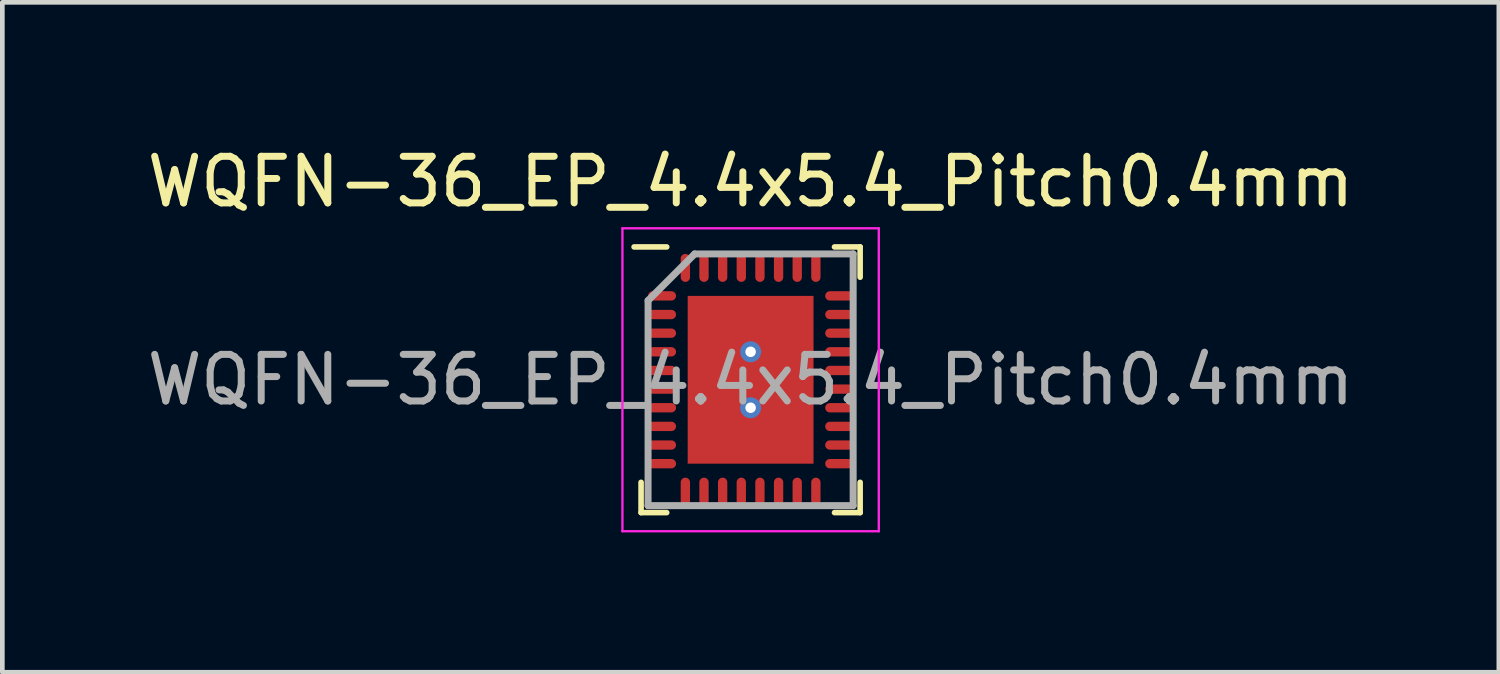
<source format=kicad_pcb>
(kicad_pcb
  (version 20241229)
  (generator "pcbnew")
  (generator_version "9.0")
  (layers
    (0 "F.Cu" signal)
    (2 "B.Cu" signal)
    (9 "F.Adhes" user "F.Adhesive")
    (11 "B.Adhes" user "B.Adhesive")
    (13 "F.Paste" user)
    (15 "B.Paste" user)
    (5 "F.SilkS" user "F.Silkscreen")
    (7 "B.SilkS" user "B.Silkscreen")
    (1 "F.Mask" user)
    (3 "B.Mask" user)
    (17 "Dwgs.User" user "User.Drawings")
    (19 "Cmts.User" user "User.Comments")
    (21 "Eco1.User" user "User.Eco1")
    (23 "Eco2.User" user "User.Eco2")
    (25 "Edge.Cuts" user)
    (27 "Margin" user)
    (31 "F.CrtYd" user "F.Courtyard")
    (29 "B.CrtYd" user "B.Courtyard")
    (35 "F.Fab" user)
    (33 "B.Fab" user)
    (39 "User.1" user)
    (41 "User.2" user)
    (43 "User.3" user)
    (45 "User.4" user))
  (footprint "WQFN-36_EP_4.4x5.4_Pitch0.4mm"
    (layer "F.Cu")
    (at 13.054 5.098)
    (property "Reference" "WQFN-36_EP_4.4x5.4_Pitch0.4mm" (at 0 -4.25 0) (layer "F.SilkS") (effects (font (size 1 1) (thickness 0.15))))
    (attr smd)
    (fp_line (start -2.35 2.85) (end -2.35 2.2) (stroke (width 0.12) (type default)) (layer "F.SilkS"))
    (fp_line (start -1.8 -2.85) (end -2.5 -2.85) (stroke (width 0.12) (type default)) (layer "F.SilkS"))
    (fp_line (start -1.8 2.85) (end -2.35 2.85) (stroke (width 0.12) (type default)) (layer "F.SilkS"))
    (fp_line (start 1.8 -2.85) (end 2.35 -2.85) (stroke (width 0.12) (type default)) (layer "F.SilkS"))
    (fp_line (start 1.8 2.85) (end 2.35 2.85) (stroke (width 0.12) (type default)) (layer "F.SilkS"))
    (fp_line (start 2.35 -2.85) (end 2.35 -2.2) (stroke (width 0.12) (type default)) (layer "F.SilkS"))
    (fp_line (start 2.35 2.85) (end 2.35 2.2) (stroke (width 0.12) (type default)) (layer "F.SilkS"))
    (fp_line (start -2.75 -3.25) (end 2.75 -3.25) (stroke (width 0.05) (type default)) (layer "F.CrtYd"))
    (fp_line (start -2.75 3.25) (end -2.75 -3.25) (stroke (width 0.05) (type default)) (layer "F.CrtYd"))
    (fp_line (start 2.75 -3.25) (end 2.75 3.25) (stroke (width 0.05) (type default)) (layer "F.CrtYd"))
    (fp_line (start 2.75 3.25) (end -2.75 3.25) (stroke (width 0.05) (type default)) (layer "F.CrtYd"))
    (fp_line (start -2.2 -1.7) (end -2.2 2.7) (stroke (width 0.15) (type default)) (layer "F.Fab"))
    (fp_line (start -2.2 2.7) (end 2.2 2.7) (stroke (width 0.15) (type default)) (layer "F.Fab"))
    (fp_line (start -1.2 -2.7) (end -2.2 -1.7) (stroke (width 0.15) (type default)) (layer "F.Fab"))
    (fp_line (start 2.2 -2.7) (end -1.2 -2.7) (stroke (width 0.15) (type default)) (layer "F.Fab"))
    (fp_line (start 2.2 2.7) (end 2.2 -2.7) (stroke (width 0.15) (type default)) (layer "F.Fab"))
    (fp_text user "${REFERENCE}" (at 0 0 0) (layer "F.Fab") (effects (font (size 1 1) (thickness 0.15))))
    (pad "" smd roundrect (at -0.7 -1.2) (size 1 1) (layers "F.Paste") (roundrect_rratio 0.25))
    (pad "" smd roundrect (at -0.7 0) (size 1 1) (layers "F.Paste") (roundrect_rratio 0.25))
    (pad "" smd roundrect (at -0.7 1.2) (size 1 1) (layers "F.Paste") (roundrect_rratio 0.25))
    (pad "" smd roundrect (at 0.7 -1.2) (size 1 1) (layers "F.Paste") (roundrect_rratio 0.25))
    (pad "" smd roundrect (at 0.7 0) (size 1 1) (layers "F.Paste") (roundrect_rratio 0.25))
    (pad "" smd roundrect (at 0.7 1.2) (size 1 1) (layers "F.Paste") (roundrect_rratio 0.25))
    (pad "1" smd oval (at -1.9 -1.8 90) (size 0.2 0.6) (layers "F.Cu" "F.Mask" "F.Paste"))
    (pad "2" smd oval (at -1.9 -1.4 90) (size 0.2 0.6) (layers "F.Cu" "F.Mask" "F.Paste"))
    (pad "3" smd oval (at -1.9 -1 90) (size 0.2 0.6) (layers "F.Cu" "F.Mask" "F.Paste"))
    (pad "4" smd oval (at -1.9 -0.6 90) (size 0.2 0.6) (layers "F.Cu" "F.Mask" "F.Paste"))
    (pad "5" smd oval (at -1.9 -0.2 90) (size 0.2 0.6) (layers "F.Cu" "F.Mask" "F.Paste"))
    (pad "6" smd oval (at -1.9 0.2 90) (size 0.2 0.6) (layers "F.Cu" "F.Mask" "F.Paste"))
    (pad "7" smd oval (at -1.9 0.6 90) (size 0.2 0.6) (layers "F.Cu" "F.Mask" "F.Paste"))
    (pad "8" smd oval (at -1.9 1 90) (size 0.2 0.6) (layers "F.Cu" "F.Mask" "F.Paste"))
    (pad "9" smd oval (at -1.9 1.4 90) (size 0.2 0.6) (layers "F.Cu" "F.Mask" "F.Paste"))
    (pad "10" smd oval (at -1.9 1.8 90) (size 0.2 0.6) (layers "F.Cu" "F.Mask" "F.Paste"))
    (pad "11" smd oval (at -1.4 2.4) (size 0.2 0.6) (layers "F.Cu" "F.Mask" "F.Paste"))
    (pad "12" smd oval (at -1 2.4) (size 0.2 0.6) (layers "F.Cu" "F.Mask" "F.Paste"))
    (pad "13" smd oval (at -0.6 2.4) (size 0.2 0.6) (layers "F.Cu" "F.Mask" "F.Paste"))
    (pad "14" smd oval (at -0.2 2.4) (size 0.2 0.6) (layers "F.Cu" "F.Mask" "F.Paste"))
    (pad "15" smd oval (at 0.2 2.4) (size 0.2 0.6) (layers "F.Cu" "F.Mask" "F.Paste"))
    (pad "16" smd oval (at 0.6 2.4) (size 0.2 0.6) (layers "F.Cu" "F.Mask" "F.Paste"))
    (pad "17" smd oval (at 1 2.4) (size 0.2 0.6) (layers "F.Cu" "F.Mask" "F.Paste"))
    (pad "18" smd oval (at 1.4 2.4) (size 0.2 0.6) (layers "F.Cu" "F.Mask" "F.Paste"))
    (pad "19" smd oval (at 1.9 1.8 90) (size 0.2 0.6) (layers "F.Cu" "F.Mask" "F.Paste"))
    (pad "20" smd oval (at 1.9 1.4 90) (size 0.2 0.6) (layers "F.Cu" "F.Mask" "F.Paste"))
    (pad "21" smd oval (at 1.9 1 90) (size 0.2 0.6) (layers "F.Cu" "F.Mask" "F.Paste"))
    (pad "22" smd oval (at 1.9 0.6 90) (size 0.2 0.6) (layers "F.Cu" "F.Mask" "F.Paste"))
    (pad "23" smd oval (at 1.9 0.2 90) (size 0.2 0.6) (layers "F.Cu" "F.Mask" "F.Paste"))
    (pad "24" smd oval (at 1.9 -0.2 90) (size 0.2 0.6) (layers "F.Cu" "F.Mask" "F.Paste"))
    (pad "25" smd oval (at 1.9 -0.6 90) (size 0.2 0.6) (layers "F.Cu" "F.Mask" "F.Paste"))
    (pad "26" smd oval (at 1.9 -1 90) (size 0.2 0.6) (layers "F.Cu" "F.Mask" "F.Paste"))
    (pad "27" smd oval (at 1.9 -1.4 90) (size 0.2 0.6) (layers "F.Cu" "F.Mask" "F.Paste"))
    (pad "28" smd oval (at 1.9 -1.8 90) (size 0.2 0.6) (layers "F.Cu" "F.Mask" "F.Paste"))
    (pad "29" smd oval (at 1.4 -2.4) (size 0.2 0.6) (layers "F.Cu" "F.Mask" "F.Paste"))
    (pad "30" smd oval (at 1 -2.4) (size 0.2 0.6) (layers "F.Cu" "F.Mask" "F.Paste"))
    (pad "31" smd oval (at 0.6 -2.4) (size 0.2 0.6) (layers "F.Cu" "F.Mask" "F.Paste"))
    (pad "32" smd oval (at 0.2 -2.4) (size 0.2 0.6) (layers "F.Cu" "F.Mask" "F.Paste"))
    (pad "33" smd oval (at -0.2 -2.4) (size 0.2 0.6) (layers "F.Cu" "F.Mask" "F.Paste"))
    (pad "34" smd oval (at -0.6 -2.4) (size 0.2 0.6) (layers "F.Cu" "F.Mask" "F.Paste"))
    (pad "35" smd oval (at -1 -2.4) (size 0.2 0.6) (layers "F.Cu" "F.Mask" "F.Paste"))
    (pad "36" smd oval (at -1.4 -2.4) (size 0.2 0.6) (layers "F.Cu" "F.Mask" "F.Paste"))
    (pad "37" thru_hole circle (at 0 -0.6) (size 0.45 0.45) (drill 0.225) (property pad_prop_heatsink) (layers "*.Cu" "*.Mask"))
    (pad "37" smd rect (at 0 0) (size 2.7 3.6) (layers "F.Cu" "F.Mask"))
    (pad "37" thru_hole circle (at 0 0.6) (size 0.45 0.45) (drill 0.225) (property pad_prop_heatsink) (layers "*.Cu" "*.Mask")))
  (gr_rect
    (start -3 -3)
    (end 29.107 11.373)
    (stroke (width 0.1) (type default))
    (fill no)
    (layer "Edge.Cuts")))
</source>
